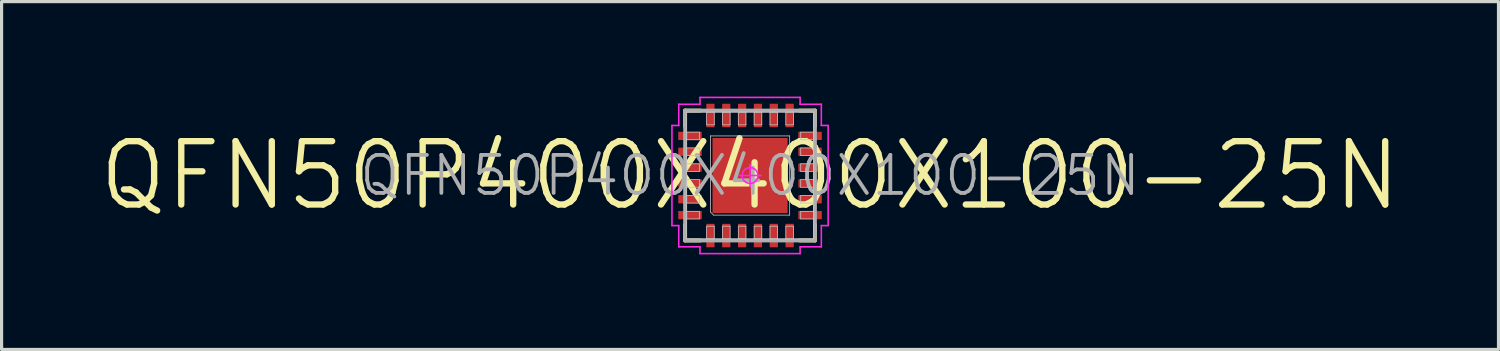
<source format=kicad_pcb>
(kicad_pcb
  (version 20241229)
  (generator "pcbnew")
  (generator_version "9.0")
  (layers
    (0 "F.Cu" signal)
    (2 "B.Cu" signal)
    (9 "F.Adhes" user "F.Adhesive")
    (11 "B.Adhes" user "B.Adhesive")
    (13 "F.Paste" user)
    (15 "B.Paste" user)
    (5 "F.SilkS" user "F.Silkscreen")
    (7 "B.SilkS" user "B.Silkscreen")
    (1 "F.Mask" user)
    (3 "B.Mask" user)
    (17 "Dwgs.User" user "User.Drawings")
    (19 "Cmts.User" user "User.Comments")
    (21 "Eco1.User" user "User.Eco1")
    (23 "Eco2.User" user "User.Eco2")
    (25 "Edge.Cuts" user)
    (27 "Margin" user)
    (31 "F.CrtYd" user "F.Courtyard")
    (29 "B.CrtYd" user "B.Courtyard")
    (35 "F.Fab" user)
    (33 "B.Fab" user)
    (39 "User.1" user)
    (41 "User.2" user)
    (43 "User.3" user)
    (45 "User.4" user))
  (footprint "QFN50P400X400X100-25N"
    (layer "F.Cu")
    (at 20.624 2.49)
    (property "Reference" "QFN50P400X400X100-25N" (at 0 0 0) (layer "F.Fab") (effects (font (size 1.2 1.2) (thickness 0.12))))
    (attr smd)
    (fp_line (start -2.05 -2.05) (end -2.05 -1.56) (stroke (width 0.12) (type solid)) (layer "F.SilkS"))
    (fp_line (start -2.05 2.05) (end -2.05 1.56) (stroke (width 0.12) (type solid)) (layer "F.SilkS"))
    (fp_line (start -1.56 -2.05) (end -2.05 -2.05) (stroke (width 0.12) (type solid)) (layer "F.SilkS"))
    (fp_line (start -1.56 2.05) (end -2.05 2.05) (stroke (width 0.12) (type solid)) (layer "F.SilkS"))
    (fp_line (start 1.56 -2.05) (end 2.05 -2.05) (stroke (width 0.12) (type solid)) (layer "F.SilkS"))
    (fp_line (start 1.56 2.05) (end 2.05 2.05) (stroke (width 0.12) (type solid)) (layer "F.SilkS"))
    (fp_line (start 2.05 -2.05) (end 2.05 -1.56) (stroke (width 0.12) (type solid)) (layer "F.SilkS"))
    (fp_line (start 2.05 2.05) (end 2.05 1.56) (stroke (width 0.12) (type solid)) (layer "F.SilkS"))
    (fp_line (start -2 -2) (end 2 -2) (stroke (width 0.025) (type solid)) (layer "Dwgs.User"))
    (fp_line (start -2 -1.37) (end -1.6 -1.37) (stroke (width 0.025) (type solid)) (layer "Dwgs.User"))
    (fp_line (start -2 -1.13) (end -2 -1.37) (stroke (width 0.025) (type solid)) (layer "Dwgs.User"))
    (fp_line (start -2 -0.87) (end -1.6 -0.87) (stroke (width 0.025) (type solid)) (layer "Dwgs.User"))
    (fp_line (start -2 -0.63) (end -2 -0.87) (stroke (width 0.025) (type solid)) (layer "Dwgs.User"))
    (fp_line (start -2 -0.37) (end -1.6 -0.37) (stroke (width 0.025) (type solid)) (layer "Dwgs.User"))
    (fp_line (start -2 -0.13) (end -2 -0.37) (stroke (width 0.025) (type solid)) (layer "Dwgs.User"))
    (fp_line (start -2 0.13) (end -1.6 0.13) (stroke (width 0.025) (type solid)) (layer "Dwgs.User"))
    (fp_line (start -2 0.37) (end -2 0.13) (stroke (width 0.025) (type solid)) (layer "Dwgs.User"))
    (fp_line (start -2 0.63) (end -1.6 0.63) (stroke (width 0.025) (type solid)) (layer "Dwgs.User"))
    (fp_line (start -2 0.87) (end -2 0.63) (stroke (width 0.025) (type solid)) (layer "Dwgs.User"))
    (fp_line (start -2 1.13) (end -1.6 1.13) (stroke (width 0.025) (type solid)) (layer "Dwgs.User"))
    (fp_line (start -2 1.37) (end -2 1.13) (stroke (width 0.025) (type solid)) (layer "Dwgs.User"))
    (fp_line (start -2 2) (end -2 -2) (stroke (width 0.025) (type solid)) (layer "Dwgs.User"))
    (fp_line (start -1.6 -1.37) (end -1.6 -1.13) (stroke (width 0.025) (type solid)) (layer "Dwgs.User"))
    (fp_line (start -1.6 -1.13) (end -2 -1.13) (stroke (width 0.025) (type solid)) (layer "Dwgs.User"))
    (fp_line (start -1.6 -0.87) (end -1.6 -0.63) (stroke (width 0.025) (type solid)) (layer "Dwgs.User"))
    (fp_line (start -1.6 -0.63) (end -2 -0.63) (stroke (width 0.025) (type solid)) (layer "Dwgs.User"))
    (fp_line (start -1.6 -0.37) (end -1.6 -0.13) (stroke (width 0.025) (type solid)) (layer "Dwgs.User"))
    (fp_line (start -1.6 -0.13) (end -2 -0.13) (stroke (width 0.025) (type solid)) (layer "Dwgs.User"))
    (fp_line (start -1.6 0.13) (end -1.6 0.37) (stroke (width 0.025) (type solid)) (layer "Dwgs.User"))
    (fp_line (start -1.6 0.37) (end -2 0.37) (stroke (width 0.025) (type solid)) (layer "Dwgs.User"))
    (fp_line (start -1.6 0.63) (end -1.6 0.87) (stroke (width 0.025) (type solid)) (layer "Dwgs.User"))
    (fp_line (start -1.6 0.87) (end -2 0.87) (stroke (width 0.025) (type solid)) (layer "Dwgs.User"))
    (fp_line (start -1.6 1.13) (end -1.6 1.37) (stroke (width 0.025) (type solid)) (layer "Dwgs.User"))
    (fp_line (start -1.6 1.37) (end -2 1.37) (stroke (width 0.025) (type solid)) (layer "Dwgs.User"))
    (fp_line (start -1.37 -2) (end -1.13 -2) (stroke (width 0.025) (type solid)) (layer "Dwgs.User"))
    (fp_line (start -1.37 -1.6) (end -1.37 -2) (stroke (width 0.025) (type solid)) (layer "Dwgs.User"))
    (fp_line (start -1.37 1.6) (end -1.13 1.6) (stroke (width 0.025) (type solid)) (layer "Dwgs.User"))
    (fp_line (start -1.37 2) (end -1.37 1.6) (stroke (width 0.025) (type solid)) (layer "Dwgs.User"))
    (fp_line (start -1.25 -1.25) (end -1.25 1.15) (stroke (width 0.025) (type solid)) (layer "Dwgs.User"))
    (fp_line (start -1.25 1.15) (end -1.15 1.25) (stroke (width 0.025) (type solid)) (layer "Dwgs.User"))
    (fp_line (start -1.15 1.25) (end 1.25 1.25) (stroke (width 0.025) (type solid)) (layer "Dwgs.User"))
    (fp_line (start -1.13 -2) (end -1.13 -1.6) (stroke (width 0.025) (type solid)) (layer "Dwgs.User"))
    (fp_line (start -1.13 -1.6) (end -1.37 -1.6) (stroke (width 0.025) (type solid)) (layer "Dwgs.User"))
    (fp_line (start -1.13 1.6) (end -1.13 2) (stroke (width 0.025) (type solid)) (layer "Dwgs.User"))
    (fp_line (start -1.13 2) (end -1.37 2) (stroke (width 0.025) (type solid)) (layer "Dwgs.User"))
    (fp_line (start -0.87 -2) (end -0.63 -2) (stroke (width 0.025) (type solid)) (layer "Dwgs.User"))
    (fp_line (start -0.87 -1.6) (end -0.87 -2) (stroke (width 0.025) (type solid)) (layer "Dwgs.User"))
    (fp_line (start -0.87 1.6) (end -0.63 1.6) (stroke (width 0.025) (type solid)) (layer "Dwgs.User"))
    (fp_line (start -0.87 2) (end -0.87 1.6) (stroke (width 0.025) (type solid)) (layer "Dwgs.User"))
    (fp_line (start -0.63 -2) (end -0.63 -1.6) (stroke (width 0.025) (type solid)) (layer "Dwgs.User"))
    (fp_line (start -0.63 -1.6) (end -0.87 -1.6) (stroke (width 0.025) (type solid)) (layer "Dwgs.User"))
    (fp_line (start -0.63 1.6) (end -0.63 2) (stroke (width 0.025) (type solid)) (layer "Dwgs.User"))
    (fp_line (start -0.63 2) (end -0.87 2) (stroke (width 0.025) (type solid)) (layer "Dwgs.User"))
    (fp_line (start -0.37 -2) (end -0.13 -2) (stroke (width 0.025) (type solid)) (layer "Dwgs.User"))
    (fp_line (start -0.37 -1.6) (end -0.37 -2) (stroke (width 0.025) (type solid)) (layer "Dwgs.User"))
    (fp_line (start -0.37 1.6) (end -0.13 1.6) (stroke (width 0.025) (type solid)) (layer "Dwgs.User"))
    (fp_line (start -0.37 2) (end -0.37 1.6) (stroke (width 0.025) (type solid)) (layer "Dwgs.User"))
    (fp_line (start -0.13 -2) (end -0.13 -1.6) (stroke (width 0.025) (type solid)) (layer "Dwgs.User"))
    (fp_line (start -0.13 -1.6) (end -0.37 -1.6) (stroke (width 0.025) (type solid)) (layer "Dwgs.User"))
    (fp_line (start -0.13 1.6) (end -0.13 2) (stroke (width 0.025) (type solid)) (layer "Dwgs.User"))
    (fp_line (start -0.13 2) (end -0.37 2) (stroke (width 0.025) (type solid)) (layer "Dwgs.User"))
    (fp_line (start 0.13 -2) (end 0.37 -2) (stroke (width 0.025) (type solid)) (layer "Dwgs.User"))
    (fp_line (start 0.13 -1.6) (end 0.13 -2) (stroke (width 0.025) (type solid)) (layer "Dwgs.User"))
    (fp_line (start 0.13 1.6) (end 0.37 1.6) (stroke (width 0.025) (type solid)) (layer "Dwgs.User"))
    (fp_line (start 0.13 2) (end 0.13 1.6) (stroke (width 0.025) (type solid)) (layer "Dwgs.User"))
    (fp_line (start 0.37 -2) (end 0.37 -1.6) (stroke (width 0.025) (type solid)) (layer "Dwgs.User"))
    (fp_line (start 0.37 -1.6) (end 0.13 -1.6) (stroke (width 0.025) (type solid)) (layer "Dwgs.User"))
    (fp_line (start 0.37 1.6) (end 0.37 2) (stroke (width 0.025) (type solid)) (layer "Dwgs.User"))
    (fp_line (start 0.37 2) (end 0.13 2) (stroke (width 0.025) (type solid)) (layer "Dwgs.User"))
    (fp_line (start 0.63 -2) (end 0.87 -2) (stroke (width 0.025) (type solid)) (layer "Dwgs.User"))
    (fp_line (start 0.63 -1.6) (end 0.63 -2) (stroke (width 0.025) (type solid)) (layer "Dwgs.User"))
    (fp_line (start 0.63 1.6) (end 0.87 1.6) (stroke (width 0.025) (type solid)) (layer "Dwgs.User"))
    (fp_line (start 0.63 2) (end 0.63 1.6) (stroke (width 0.025) (type solid)) (layer "Dwgs.User"))
    (fp_line (start 0.87 -2) (end 0.87 -1.6) (stroke (width 0.025) (type solid)) (layer "Dwgs.User"))
    (fp_line (start 0.87 -1.6) (end 0.63 -1.6) (stroke (width 0.025) (type solid)) (layer "Dwgs.User"))
    (fp_line (start 0.87 1.6) (end 0.87 2) (stroke (width 0.025) (type solid)) (layer "Dwgs.User"))
    (fp_line (start 0.87 2) (end 0.63 2) (stroke (width 0.025) (type solid)) (layer "Dwgs.User"))
    (fp_line (start 1.13 -2) (end 1.37 -2) (stroke (width 0.025) (type solid)) (layer "Dwgs.User"))
    (fp_line (start 1.13 -1.6) (end 1.13 -2) (stroke (width 0.025) (type solid)) (layer "Dwgs.User"))
    (fp_line (start 1.13 1.6) (end 1.37 1.6) (stroke (width 0.025) (type solid)) (layer "Dwgs.User"))
    (fp_line (start 1.13 2) (end 1.13 1.6) (stroke (width 0.025) (type solid)) (layer "Dwgs.User"))
    (fp_line (start 1.25 -1.25) (end -1.25 -1.25) (stroke (width 0.025) (type solid)) (layer "Dwgs.User"))
    (fp_line (start 1.25 1.25) (end 1.25 -1.25) (stroke (width 0.025) (type solid)) (layer "Dwgs.User"))
    (fp_line (start 1.37 -2) (end 1.37 -1.6) (stroke (width 0.025) (type solid)) (layer "Dwgs.User"))
    (fp_line (start 1.37 -1.6) (end 1.13 -1.6) (stroke (width 0.025) (type solid)) (layer "Dwgs.User"))
    (fp_line (start 1.37 1.6) (end 1.37 2) (stroke (width 0.025) (type solid)) (layer "Dwgs.User"))
    (fp_line (start 1.37 2) (end 1.13 2) (stroke (width 0.025) (type solid)) (layer "Dwgs.User"))
    (fp_line (start 1.6 -1.37) (end 2 -1.37) (stroke (width 0.025) (type solid)) (layer "Dwgs.User"))
    (fp_line (start 1.6 -1.13) (end 1.6 -1.37) (stroke (width 0.025) (type solid)) (layer "Dwgs.User"))
    (fp_line (start 1.6 -0.87) (end 2 -0.87) (stroke (width 0.025) (type solid)) (layer "Dwgs.User"))
    (fp_line (start 1.6 -0.63) (end 1.6 -0.87) (stroke (width 0.025) (type solid)) (layer "Dwgs.User"))
    (fp_line (start 1.6 -0.37) (end 2 -0.37) (stroke (width 0.025) (type solid)) (layer "Dwgs.User"))
    (fp_line (start 1.6 -0.13) (end 1.6 -0.37) (stroke (width 0.025) (type solid)) (layer "Dwgs.User"))
    (fp_line (start 1.6 0.13) (end 2 0.13) (stroke (width 0.025) (type solid)) (layer "Dwgs.User"))
    (fp_line (start 1.6 0.37) (end 1.6 0.13) (stroke (width 0.025) (type solid)) (layer "Dwgs.User"))
    (fp_line (start 1.6 0.63) (end 2 0.63) (stroke (width 0.025) (type solid)) (layer "Dwgs.User"))
    (fp_line (start 1.6 0.87) (end 1.6 0.63) (stroke (width 0.025) (type solid)) (layer "Dwgs.User"))
    (fp_line (start 1.6 1.13) (end 2 1.13) (stroke (width 0.025) (type solid)) (layer "Dwgs.User"))
    (fp_line (start 1.6 1.37) (end 1.6 1.13) (stroke (width 0.025) (type solid)) (layer "Dwgs.User"))
    (fp_line (start 2 -2) (end 2 2) (stroke (width 0.025) (type solid)) (layer "Dwgs.User"))
    (fp_line (start 2 -1.37) (end 2 -1.13) (stroke (width 0.025) (type solid)) (layer "Dwgs.User"))
    (fp_line (start 2 -1.13) (end 1.6 -1.13) (stroke (width 0.025) (type solid)) (layer "Dwgs.User"))
    (fp_line (start 2 -0.87) (end 2 -0.63) (stroke (width 0.025) (type solid)) (layer "Dwgs.User"))
    (fp_line (start 2 -0.63) (end 1.6 -0.63) (stroke (width 0.025) (type solid)) (layer "Dwgs.User"))
    (fp_line (start 2 -0.37) (end 2 -0.13) (stroke (width 0.025) (type solid)) (layer "Dwgs.User"))
    (fp_line (start 2 -0.13) (end 1.6 -0.13) (stroke (width 0.025) (type solid)) (layer "Dwgs.User"))
    (fp_line (start 2 0.13) (end 2 0.37) (stroke (width 0.025) (type solid)) (layer "Dwgs.User"))
    (fp_line (start 2 0.37) (end 1.6 0.37) (stroke (width 0.025) (type solid)) (layer "Dwgs.User"))
    (fp_line (start 2 0.63) (end 2 0.87) (stroke (width 0.025) (type solid)) (layer "Dwgs.User"))
    (fp_line (start 2 0.87) (end 1.6 0.87) (stroke (width 0.025) (type solid)) (layer "Dwgs.User"))
    (fp_line (start 2 1.13) (end 2 1.37) (stroke (width 0.025) (type solid)) (layer "Dwgs.User"))
    (fp_line (start 2 1.37) (end 1.6 1.37) (stroke (width 0.025) (type solid)) (layer "Dwgs.User"))
    (fp_line (start 2 2) (end -2 2) (stroke (width 0.025) (type solid)) (layer "Dwgs.User"))
    (fp_line (start -2.465 -1.58) (end -2.465 1.58) (stroke (width 0.05) (type solid)) (layer "F.CrtYd"))
    (fp_line (start -2.465 1.58) (end -2.25 1.58) (stroke (width 0.05) (type solid)) (layer "F.CrtYd"))
    (fp_line (start -2.25 -2.25) (end -2.25 -1.58) (stroke (width 0.05) (type solid)) (layer "F.CrtYd"))
    (fp_line (start -2.25 -1.58) (end -2.465 -1.58) (stroke (width 0.05) (type solid)) (layer "F.CrtYd"))
    (fp_line (start -2.25 1.58) (end -2.25 2.25) (stroke (width 0.05) (type solid)) (layer "F.CrtYd"))
    (fp_line (start -2.25 2.25) (end -1.58 2.25) (stroke (width 0.05) (type solid)) (layer "F.CrtYd"))
    (fp_line (start -1.58 -2.465) (end -1.58 -2.25) (stroke (width 0.05) (type solid)) (layer "F.CrtYd"))
    (fp_line (start -1.58 -2.25) (end -2.25 -2.25) (stroke (width 0.05) (type solid)) (layer "F.CrtYd"))
    (fp_line (start -1.58 2.25) (end -1.58 2.465) (stroke (width 0.05) (type solid)) (layer "F.CrtYd"))
    (fp_line (start -1.58 2.465) (end 1.58 2.465) (stroke (width 0.05) (type solid)) (layer "F.CrtYd"))
    (fp_line (start -0.35 0) (end 0.35 0) (stroke (width 0.05) (type solid)) (layer "F.CrtYd"))
    (fp_line (start 0 -0.35) (end 0 0.35) (stroke (width 0.05) (type solid)) (layer "F.CrtYd"))
    (fp_line (start 1.58 -2.465) (end -1.58 -2.465) (stroke (width 0.05) (type solid)) (layer "F.CrtYd"))
    (fp_line (start 1.58 -2.25) (end 1.58 -2.465) (stroke (width 0.05) (type solid)) (layer "F.CrtYd"))
    (fp_line (start 1.58 2.25) (end 2.25 2.25) (stroke (width 0.05) (type solid)) (layer "F.CrtYd"))
    (fp_line (start 1.58 2.465) (end 1.58 2.25) (stroke (width 0.05) (type solid)) (layer "F.CrtYd"))
    (fp_line (start 2.25 -2.25) (end 1.58 -2.25) (stroke (width 0.05) (type solid)) (layer "F.CrtYd"))
    (fp_line (start 2.25 -1.58) (end 2.25 -2.25) (stroke (width 0.05) (type solid)) (layer "F.CrtYd"))
    (fp_line (start 2.25 1.58) (end 2.465 1.58) (stroke (width 0.05) (type solid)) (layer "F.CrtYd"))
    (fp_line (start 2.25 2.25) (end 2.25 1.58) (stroke (width 0.05) (type solid)) (layer "F.CrtYd"))
    (fp_line (start 2.465 -1.58) (end 2.25 -1.58) (stroke (width 0.05) (type solid)) (layer "F.CrtYd"))
    (fp_line (start 2.465 1.58) (end 2.465 -1.58) (stroke (width 0.05) (type solid)) (layer "F.CrtYd"))
    (fp_circle (center 0 0) (end 0 0.25) (stroke (width 0.05) (type solid)) (fill no) (layer "F.CrtYd"))
    (fp_line (start -2.05 -2.05) (end 2.05 -2.05) (stroke (width 0.12) (type solid)) (layer "F.Fab"))
    (fp_line (start -2.05 2.05) (end -2.05 -2.05) (stroke (width 0.12) (type solid)) (layer "F.Fab"))
    (fp_line (start 2.05 -2.05) (end 2.05 2.05) (stroke (width 0.12) (type solid)) (layer "F.Fab"))
    (fp_line (start 2.05 2.05) (end -2.05 2.05) (stroke (width 0.12) (type solid)) (layer "F.Fab"))
    (fp_text user "${REFERENCE}" (at 0 0 0) (layer "F.SilkS") (effects (font (size 2 2) (thickness 0.2))))
    (pad "" smd rect (at -0.56 -0.56 90) (size 0.88 0.88) (layers "F.Paste"))
    (pad "" smd rect (at -0.56 0.56 90) (size 0.88 0.88) (layers "F.Paste"))
    (pad "" smd rect (at 0.56 -0.56 90) (size 0.88 0.88) (layers "F.Paste"))
    (pad "" smd rect (at 0.56 0.56 90) (size 0.88 0.88) (layers "F.Paste"))
    (pad "1" smd rect (at -1.25 1.895 90) (size 0.74 0.26) (layers "F.Cu" "F.Mask" "F.Paste"))
    (pad "2" smd rect (at -0.75 1.895 90) (size 0.74 0.26) (layers "F.Cu" "F.Mask" "F.Paste"))
    (pad "3" smd rect (at -0.25 1.895 90) (size 0.74 0.26) (layers "F.Cu" "F.Mask" "F.Paste"))
    (pad "4" smd rect (at 0.25 1.895 90) (size 0.74 0.26) (layers "F.Cu" "F.Mask" "F.Paste"))
    (pad "5" smd rect (at 0.75 1.895 90) (size 0.74 0.26) (layers "F.Cu" "F.Mask" "F.Paste"))
    (pad "6" smd rect (at 1.25 1.895 90) (size 0.74 0.26) (layers "F.Cu" "F.Mask" "F.Paste"))
    (pad "7" smd rect (at 1.895 1.25) (size 0.74 0.26) (layers "F.Cu" "F.Mask" "F.Paste"))
    (pad "8" smd rect (at 1.895 0.75) (size 0.74 0.26) (layers "F.Cu" "F.Mask" "F.Paste"))
    (pad "9" smd rect (at 1.895 0.25) (size 0.74 0.26) (layers "F.Cu" "F.Mask" "F.Paste"))
    (pad "10" smd rect (at 1.895 -0.25) (size 0.74 0.26) (layers "F.Cu" "F.Mask" "F.Paste"))
    (pad "11" smd rect (at 1.895 -0.75) (size 0.74 0.26) (layers "F.Cu" "F.Mask" "F.Paste"))
    (pad "12" smd rect (at 1.895 -1.25) (size 0.74 0.26) (layers "F.Cu" "F.Mask" "F.Paste"))
    (pad "13" smd rect (at 1.25 -1.895 90) (size 0.74 0.26) (layers "F.Cu" "F.Mask" "F.Paste"))
    (pad "14" smd rect (at 0.75 -1.895 90) (size 0.74 0.26) (layers "F.Cu" "F.Mask" "F.Paste"))
    (pad "15" smd rect (at 0.25 -1.895 90) (size 0.74 0.26) (layers "F.Cu" "F.Mask" "F.Paste"))
    (pad "16" smd rect (at -0.25 -1.895 90) (size 0.74 0.26) (layers "F.Cu" "F.Mask" "F.Paste"))
    (pad "17" smd rect (at -0.75 -1.895 90) (size 0.74 0.26) (layers "F.Cu" "F.Mask" "F.Paste"))
    (pad "18" smd rect (at -1.25 -1.895 90) (size 0.74 0.26) (layers "F.Cu" "F.Mask" "F.Paste"))
    (pad "19" smd rect (at -1.895 -1.25) (size 0.74 0.26) (layers "F.Cu" "F.Mask" "F.Paste"))
    (pad "20" smd rect (at -1.895 -0.75) (size 0.74 0.26) (layers "F.Cu" "F.Mask" "F.Paste"))
    (pad "21" smd rect (at -1.895 -0.25) (size 0.74 0.26) (layers "F.Cu" "F.Mask" "F.Paste"))
    (pad "22" smd rect (at -1.895 0.25) (size 0.74 0.26) (layers "F.Cu" "F.Mask" "F.Paste"))
    (pad "23" smd rect (at -1.895 0.75) (size 0.74 0.26) (layers "F.Cu" "F.Mask" "F.Paste"))
    (pad "24" smd rect (at -1.895 1.25) (size 0.74 0.26) (layers "F.Cu" "F.Mask" "F.Paste"))
    (pad "25" smd rect (at -0.56 -0.56) (size 1.25 1.25) (layers "F.Cu" "F.Mask" "F.Paste"))
    (pad "25" smd rect (at -0.56 0.56) (size 1.25 1.25) (layers "F.Cu" "F.Mask" "F.Paste"))
    (pad "25" smd rect (at 0.56 -0.56) (size 1.25 1.25) (layers "F.Cu" "F.Mask" "F.Paste"))
    (pad "25" smd rect (at 0.56 0.56) (size 1.25 1.25) (layers "F.Cu" "F.Mask" "F.Paste")))
  (gr_rect
    (start -3 -3)
    (end 44.248 7.98)
    (stroke (width 0.1) (type default))
    (fill no)
    (layer "Edge.Cuts")))
</source>
